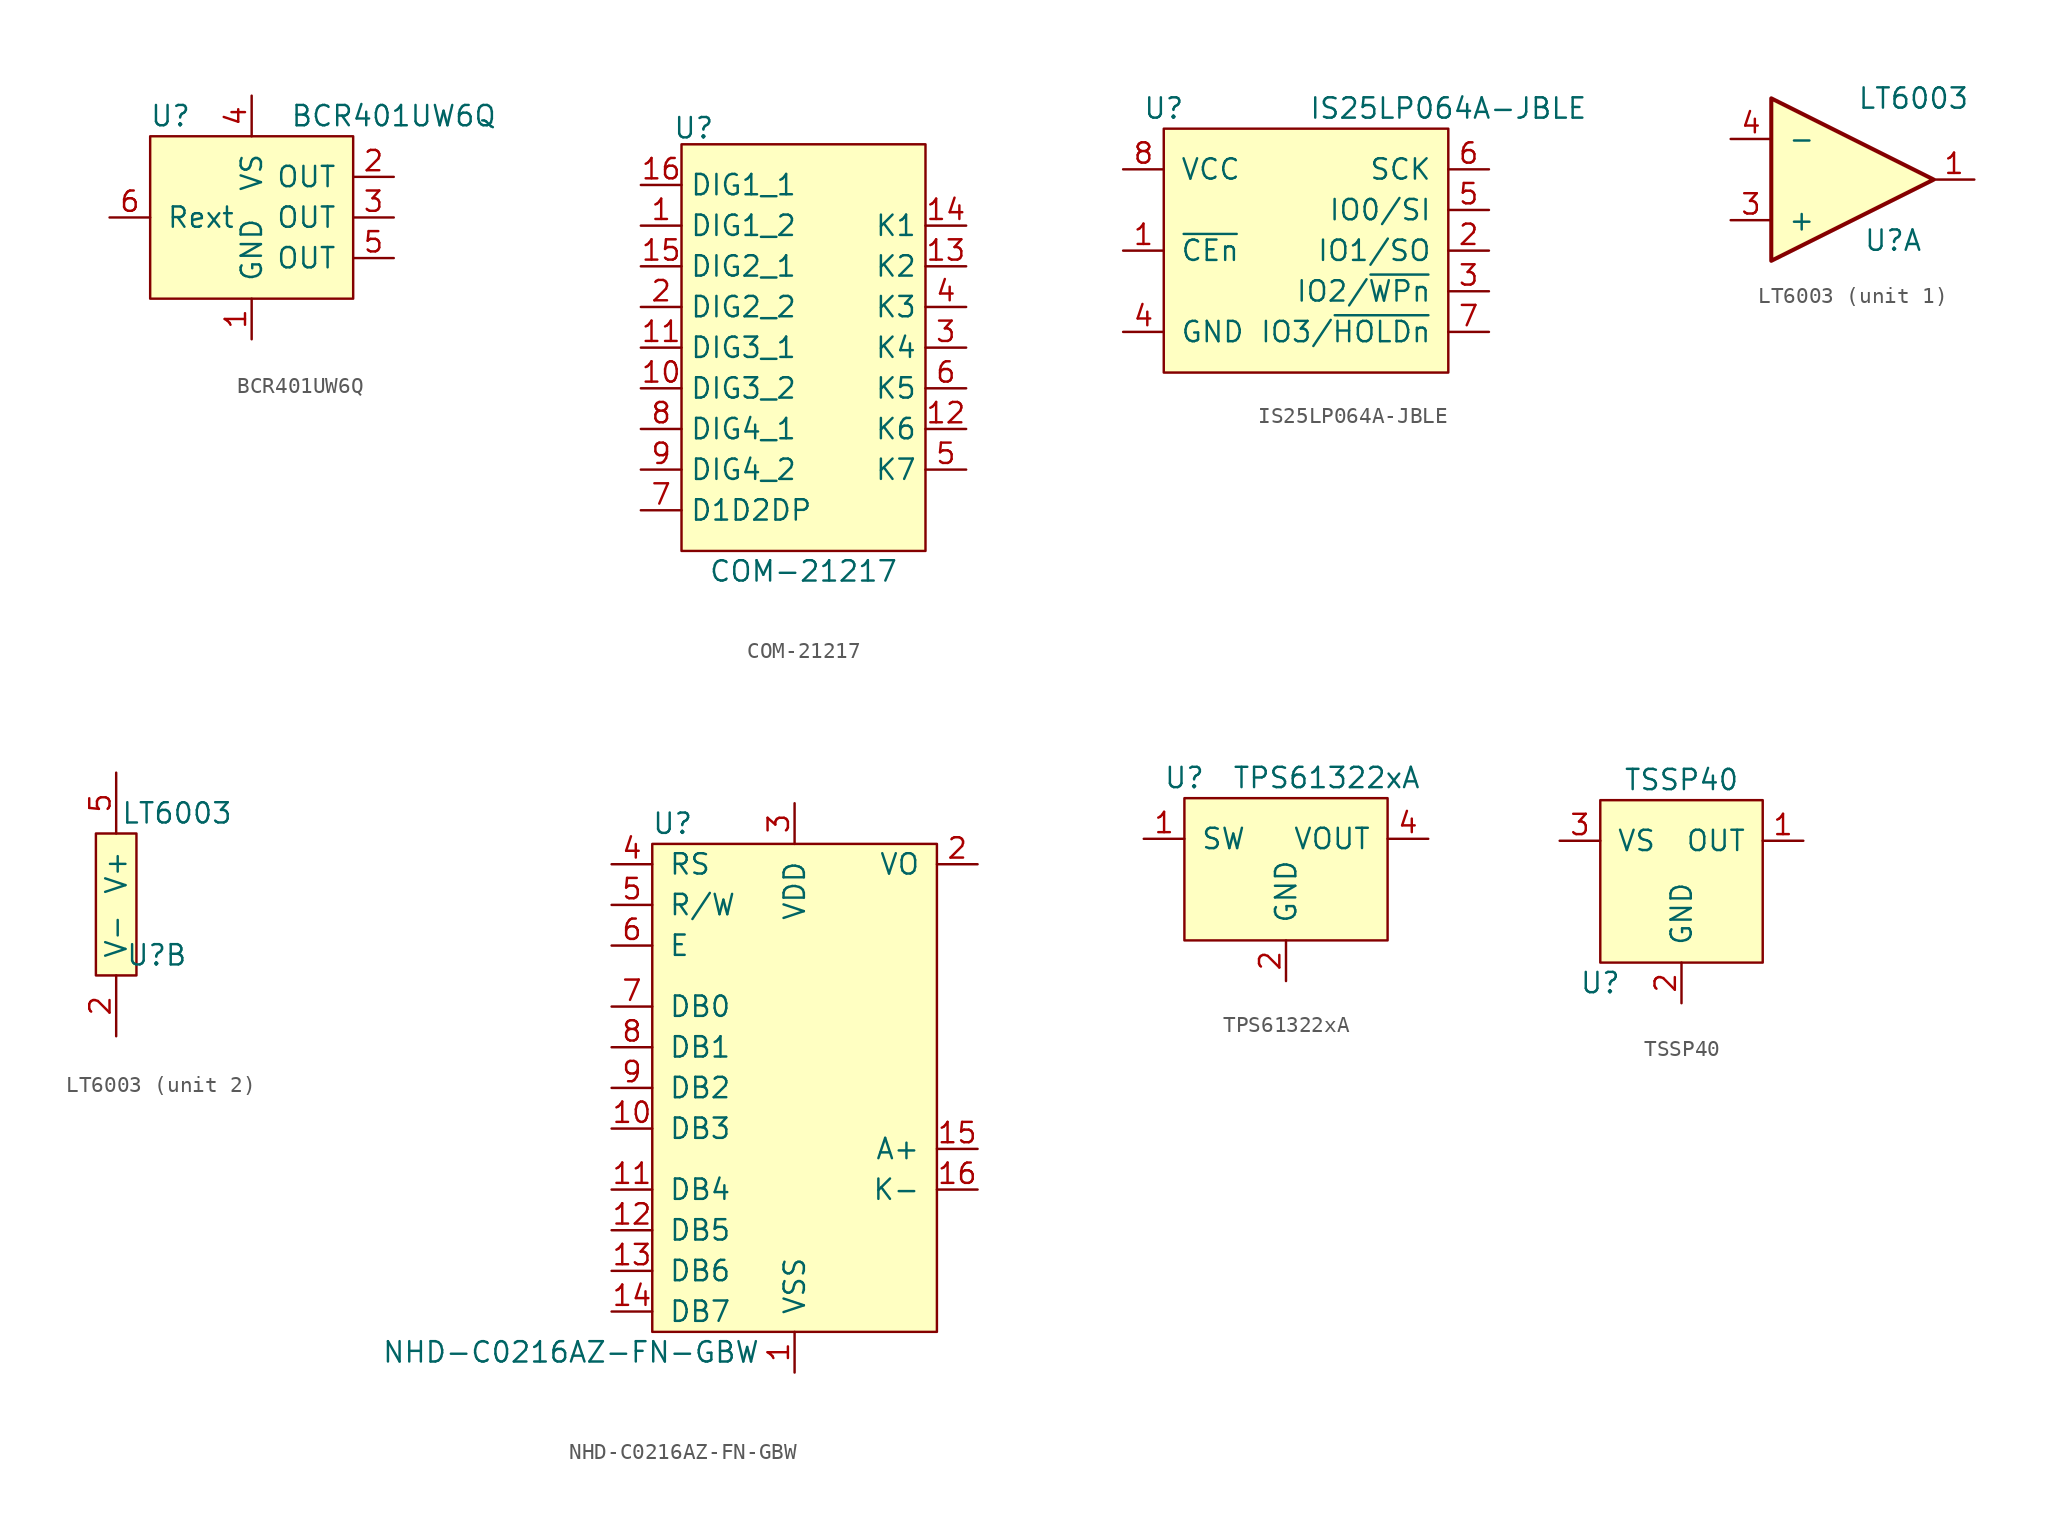
<source format=kicad_sym>
(kicad_symbol_lib
  (version 20231120)
  (generator "kicad_symbol_editor")
  (generator_version "8.0")
  (symbol "BCR401UW6Q"
    (pin_names
      (offset 1.016))
    (property "Reference" "U"
      (at -5.08 6.35 0)
      (effects (font (size 1.27 1.27))))
    (property "Value" "BCR401UW6Q"
      (at 8.89 6.35 0)
      (effects (font (size 1.27 1.27))))
    (symbol "BCR401UW6Q_0_1"
      (rectangle (start 6.35 -5.08) (end -6.35 5.08) (stroke (width 0) (type solid)) (fill (type background))))
    (symbol "BCR401UW6Q_1_1"
      (pin power_in line (at 0 -7.62 90) (length 2.54) (name "GND" (effects (font (size 1.27 1.27)))) (number "1" (effects (font (size 1.27 1.27)))))
      (pin output line (at 8.89 2.54 180) (length 2.54) (name "OUT" (effects (font (size 1.27 1.27)))) (number "2" (effects (font (size 1.27 1.27)))))
      (pin output line (at 8.89 0 180) (length 2.54) (name "OUT" (effects (font (size 1.27 1.27)))) (number "3" (effects (font (size 1.27 1.27)))))
      (pin power_in line (at 0 7.62 270) (length 2.54) (name "VS" (effects (font (size 1.27 1.27)))) (number "4" (effects (font (size 1.27 1.27)))))
      (pin output line (at 8.89 -2.54 180) (length 2.54) (name "OUT" (effects (font (size 1.27 1.27)))) (number "5" (effects (font (size 1.27 1.27)))))
      (pin input line (at -8.89 0 0) (length 2.54) (name "Rext" (effects (font (size 1.27 1.27)))) (number "6" (effects (font (size 1.27 1.27)))))))
  (symbol "COM-21217"
    (property "Reference" "U"
      (at -6.858 13.716 0)
      (effects (font (size 1.27 1.27))))
    (property "Value" "COM-21217"
      (at 0 -13.97 0)
      (effects (font (size 1.27 1.27))))
    (symbol "COM-21217_1_1"
      (rectangle (start -7.62 12.7) (end 7.62 -12.7) (stroke (width 0) (type default)) (fill (type background)))
      (pin passive line (at -10.16 7.62 0) (length 2.54) (name "DIG1_2" (effects (font (size 1.27 1.27)))) (number "1" (effects (font (size 1.27 1.27)))))
      (pin passive line (at -10.16 -2.54 0) (length 2.54) (name "DIG3_2" (effects (font (size 1.27 1.27)))) (number "10" (effects (font (size 1.27 1.27)))))
      (pin passive line (at -10.16 0 0) (length 2.54) (name "DIG3_1" (effects (font (size 1.27 1.27)))) (number "11" (effects (font (size 1.27 1.27)))))
      (pin passive line (at 10.16 -5.08 180) (length 2.54) (name "K6" (effects (font (size 1.27 1.27)))) (number "12" (effects (font (size 1.27 1.27)))))
      (pin passive line (at 10.16 5.08 180) (length 2.54) (name "K2" (effects (font (size 1.27 1.27)))) (number "13" (effects (font (size 1.27 1.27)))))
      (pin passive line (at 10.16 7.62 180) (length 2.54) (name "K1" (effects (font (size 1.27 1.27)))) (number "14" (effects (font (size 1.27 1.27)))))
      (pin passive line (at -10.16 5.08 0) (length 2.54) (name "DIG2_1" (effects (font (size 1.27 1.27)))) (number "15" (effects (font (size 1.27 1.27)))))
      (pin passive line (at -10.16 10.16 0) (length 2.54) (name "DIG1_1" (effects (font (size 1.27 1.27)))) (number "16" (effects (font (size 1.27 1.27)))))
      (pin passive line (at -10.16 2.54 0) (length 2.54) (name "DIG2_2" (effects (font (size 1.27 1.27)))) (number "2" (effects (font (size 1.27 1.27)))))
      (pin passive line (at 10.16 0 180) (length 2.54) (name "K4" (effects (font (size 1.27 1.27)))) (number "3" (effects (font (size 1.27 1.27)))))
      (pin passive line (at 10.16 2.54 180) (length 2.54) (name "K3" (effects (font (size 1.27 1.27)))) (number "4" (effects (font (size 1.27 1.27)))))
      (pin passive line (at 10.16 -7.62 180) (length 2.54) (name "K7" (effects (font (size 1.27 1.27)))) (number "5" (effects (font (size 1.27 1.27)))))
      (pin passive line (at 10.16 -2.54 180) (length 2.54) (name "K5" (effects (font (size 1.27 1.27)))) (number "6" (effects (font (size 1.27 1.27)))))
      (pin passive line (at -10.16 -10.16 0) (length 2.54) (name "D1D2DP" (effects (font (size 1.27 1.27)))) (number "7" (effects (font (size 1.27 1.27)))))
      (pin passive line (at -10.16 -5.08 0) (length 2.54) (name "DIG4_1" (effects (font (size 1.27 1.27)))) (number "8" (effects (font (size 1.27 1.27)))))
      (pin passive line (at -10.16 -7.62 0) (length 2.54) (name "DIG4_2" (effects (font (size 1.27 1.27)))) (number "9" (effects (font (size 1.27 1.27)))))))
  (symbol "IS25LP064A-JBLE"
    (pin_names
      (offset 1.016))
    (property "Reference" "U"
      (at -8.89 8.89 0)
      (effects (font (size 1.27 1.27))))
    (property "Value" "IS25LP064A-JBLE"
      (at 8.89 8.89 0)
      (effects (font (size 1.27 1.27))))
    (symbol "IS25LP064A-JBLE_0_1"
      (rectangle (start 8.89 -7.62) (end -8.89 7.62) (stroke (width 0) (type solid)) (fill (type background))))
    (symbol "IS25LP064A-JBLE_1_1"
      (pin input line (at -11.43 0 0) (length 2.54) (name "~{CEn}" (effects (font (size 1.27 1.27)))) (number "1" (effects (font (size 1.27 1.27)))))
      (pin bidirectional line (at 11.43 0 180) (length 2.54) (name "IO1/SO" (effects (font (size 1.27 1.27)))) (number "2" (effects (font (size 1.27 1.27)))))
      (pin bidirectional line (at 11.43 -2.54 180) (length 2.54) (name "IO2/~{WPn}" (effects (font (size 1.27 1.27)))) (number "3" (effects (font (size 1.27 1.27)))))
      (pin power_in line (at -11.43 -5.08 0) (length 2.54) (name "GND" (effects (font (size 1.27 1.27)))) (number "4" (effects (font (size 1.27 1.27)))))
      (pin bidirectional line (at 11.43 2.54 180) (length 2.54) (name "IO0/SI" (effects (font (size 1.27 1.27)))) (number "5" (effects (font (size 1.27 1.27)))))
      (pin input line (at 11.43 5.08 180) (length 2.54) (name "SCK" (effects (font (size 1.27 1.27)))) (number "6" (effects (font (size 1.27 1.27)))))
      (pin input line (at 11.43 -5.08 180) (length 2.54) (name "IO3/~{HOLDn}" (effects (font (size 1.27 1.27)))) (number "7" (effects (font (size 1.27 1.27)))))
      (pin power_in line (at -11.43 5.08 0) (length 2.54) (name "VCC" (effects (font (size 1.27 1.27)))) (number "8" (effects (font (size 1.27 1.27)))))))
  (symbol "LT6003"
    (pin_names
      (offset 1.016))
    (property "Reference" "U"
      (at 2.54 -3.81 0)
      (effects (font (size 1.27 1.27))))
    (property "Value" "LT6003"
      (at 3.81 5.08 0)
      (effects (font (size 1.27 1.27))))
    (property "ki_locked" ""
      (at 0 0 0)
      (effects (font (size 1.27 1.27))))
    (symbol "LT6003_1_1"
      (polyline (pts (xy 5.08 0) (xy -5.08 5.08) (xy -5.08 -5.08) (xy 5.08 0)) (stroke (width 0.254) (type solid)) (fill (type background)))
      (pin output line (at 7.62 0 180) (length 2.54) (name "~" (effects (font (size 1.27 1.27)))) (number "1" (effects (font (size 1.27 1.27)))))
      (pin input line (at -7.62 -2.54 0) (length 2.54) (name "+" (effects (font (size 1.27 1.27)))) (number "3" (effects (font (size 1.27 1.27)))))
      (pin input line (at -7.62 2.54 0) (length 2.54) (name "-" (effects (font (size 1.27 1.27)))) (number "4" (effects (font (size 1.27 1.27))))))
    (symbol "LT6003_2_1"
      (rectangle (start -1.27 3.81) (end 1.27 -5.08) (stroke (width 0) (type solid)) (fill (type background)))
      (pin power_in line (at 0 -8.89 90) (length 3.81) (name "V-" (effects (font (size 1.27 1.27)))) (number "2" (effects (font (size 1.27 1.27)))))
      (pin power_in line (at 0 7.62 270) (length 3.81) (name "V+" (effects (font (size 1.27 1.27)))) (number "5" (effects (font (size 1.27 1.27)))))))
  (symbol "NHD-C0216AZ-FN-GBW"
    (pin_names
      (offset 1.016))
    (property "Reference" "U"
      (at -7.62 16.51 0)
      (effects (font (size 1.27 1.27))))
    (property "Value" "NHD-C0216AZ-FN-GBW"
      (at -13.97 -16.51 0)
      (effects (font (size 1.27 1.27))))
    (symbol "NHD-C0216AZ-FN-GBW_0_1"
      (rectangle (start -8.89 15.24) (end 8.89 -15.24) (stroke (width 0) (type solid)) (fill (type background))))
    (symbol "NHD-C0216AZ-FN-GBW_1_1"
      (pin power_in line (at 0 -17.78 90) (length 2.54) (name "VSS" (effects (font (size 1.27 1.27)))) (number "1" (effects (font (size 1.27 1.27)))))
      (pin bidirectional line (at -11.43 -2.54 0) (length 2.54) (name "DB3" (effects (font (size 1.27 1.27)))) (number "10" (effects (font (size 1.27 1.27)))))
      (pin bidirectional line (at -11.43 -6.35 0) (length 2.54) (name "DB4" (effects (font (size 1.27 1.27)))) (number "11" (effects (font (size 1.27 1.27)))))
      (pin bidirectional line (at -11.43 -8.89 0) (length 2.54) (name "DB5" (effects (font (size 1.27 1.27)))) (number "12" (effects (font (size 1.27 1.27)))))
      (pin bidirectional line (at -11.43 -11.43 0) (length 2.54) (name "DB6" (effects (font (size 1.27 1.27)))) (number "13" (effects (font (size 1.27 1.27)))))
      (pin bidirectional line (at -11.43 -13.97 0) (length 2.54) (name "DB7" (effects (font (size 1.27 1.27)))) (number "14" (effects (font (size 1.27 1.27)))))
      (pin power_in line (at 11.43 -3.81 180) (length 2.54) (name "A+" (effects (font (size 1.27 1.27)))) (number "15" (effects (font (size 1.27 1.27)))))
      (pin power_in line (at 11.43 -6.35 180) (length 2.54) (name "K-" (effects (font (size 1.27 1.27)))) (number "16" (effects (font (size 1.27 1.27)))))
      (pin power_in line (at 11.43 13.97 180) (length 2.54) (name "VO" (effects (font (size 1.27 1.27)))) (number "2" (effects (font (size 1.27 1.27)))))
      (pin power_in line (at 0 17.78 270) (length 2.54) (name "VDD" (effects (font (size 1.27 1.27)))) (number "3" (effects (font (size 1.27 1.27)))))
      (pin input line (at -11.43 13.97 0) (length 2.54) (name "RS" (effects (font (size 1.27 1.27)))) (number "4" (effects (font (size 1.27 1.27)))))
      (pin input line (at -11.43 11.43 0) (length 2.54) (name "R/W" (effects (font (size 1.27 1.27)))) (number "5" (effects (font (size 1.27 1.27)))))
      (pin input line (at -11.43 8.89 0) (length 2.54) (name "E" (effects (font (size 1.27 1.27)))) (number "6" (effects (font (size 1.27 1.27)))))
      (pin bidirectional line (at -11.43 5.08 0) (length 2.54) (name "DB0" (effects (font (size 1.27 1.27)))) (number "7" (effects (font (size 1.27 1.27)))))
      (pin bidirectional line (at -11.43 2.54 0) (length 2.54) (name "DB1" (effects (font (size 1.27 1.27)))) (number "8" (effects (font (size 1.27 1.27)))))
      (pin bidirectional line (at -11.43 0 0) (length 2.54) (name "DB2" (effects (font (size 1.27 1.27)))) (number "9" (effects (font (size 1.27 1.27)))))))
  (symbol "TPS61322xA"
    (pin_names
      (offset 1.016))
    (property "Reference" "U"
      (at -6.35 6.35 0)
      (effects (font (size 1.27 1.27))))
    (property "Value" "TPS61322xA"
      (at 2.54 6.35 0)
      (effects (font (size 1.27 1.27))))
    (symbol "TPS61322xA_0_1"
      (rectangle (start -6.35 5.08) (end 6.35 -3.81) (stroke (width 0) (type solid)) (fill (type background))))
    (symbol "TPS61322xA_1_1"
      (pin power_in line (at -8.89 2.54 0) (length 2.54) (name "SW" (effects (font (size 1.27 1.27)))) (number "1" (effects (font (size 1.27 1.27)))))
      (pin power_in line (at 0 -6.35 90) (length 2.54) (name "GND" (effects (font (size 1.27 1.27)))) (number "2" (effects (font (size 1.27 1.27)))))
      (pin power_out line (at 8.89 2.54 180) (length 2.54) (name "VOUT" (effects (font (size 1.27 1.27)))) (number "4" (effects (font (size 1.27 1.27)))))))
  (symbol "TSSP40"
    (pin_names
      (offset 1.016))
    (property "Reference" "U"
      (at -5.08 -6.35 0)
      (effects (font (size 1.27 1.27))))
    (property "Value" "TSSP40"
      (at 0 6.35 0)
      (effects (font (size 1.27 1.27))))
    (symbol "TSSP40_0_1"
      (rectangle (start -5.08 5.08) (end 5.08 -5.08) (stroke (width 0) (type solid)) (fill (type background))))
    (symbol "TSSP40_1_1"
      (pin output line (at 7.62 2.54 180) (length 2.54) (name "OUT" (effects (font (size 1.27 1.27)))) (number "1" (effects (font (size 1.27 1.27)))))
      (pin power_in line (at 0 -7.62 90) (length 2.54) (name "GND" (effects (font (size 1.27 1.27)))) (number "2" (effects (font (size 1.27 1.27)))))
      (pin power_in line (at -7.62 2.54 0) (length 2.54) (name "VS" (effects (font (size 1.27 1.27)))) (number "3" (effects (font (size 1.27 1.27))))))))
</source>
